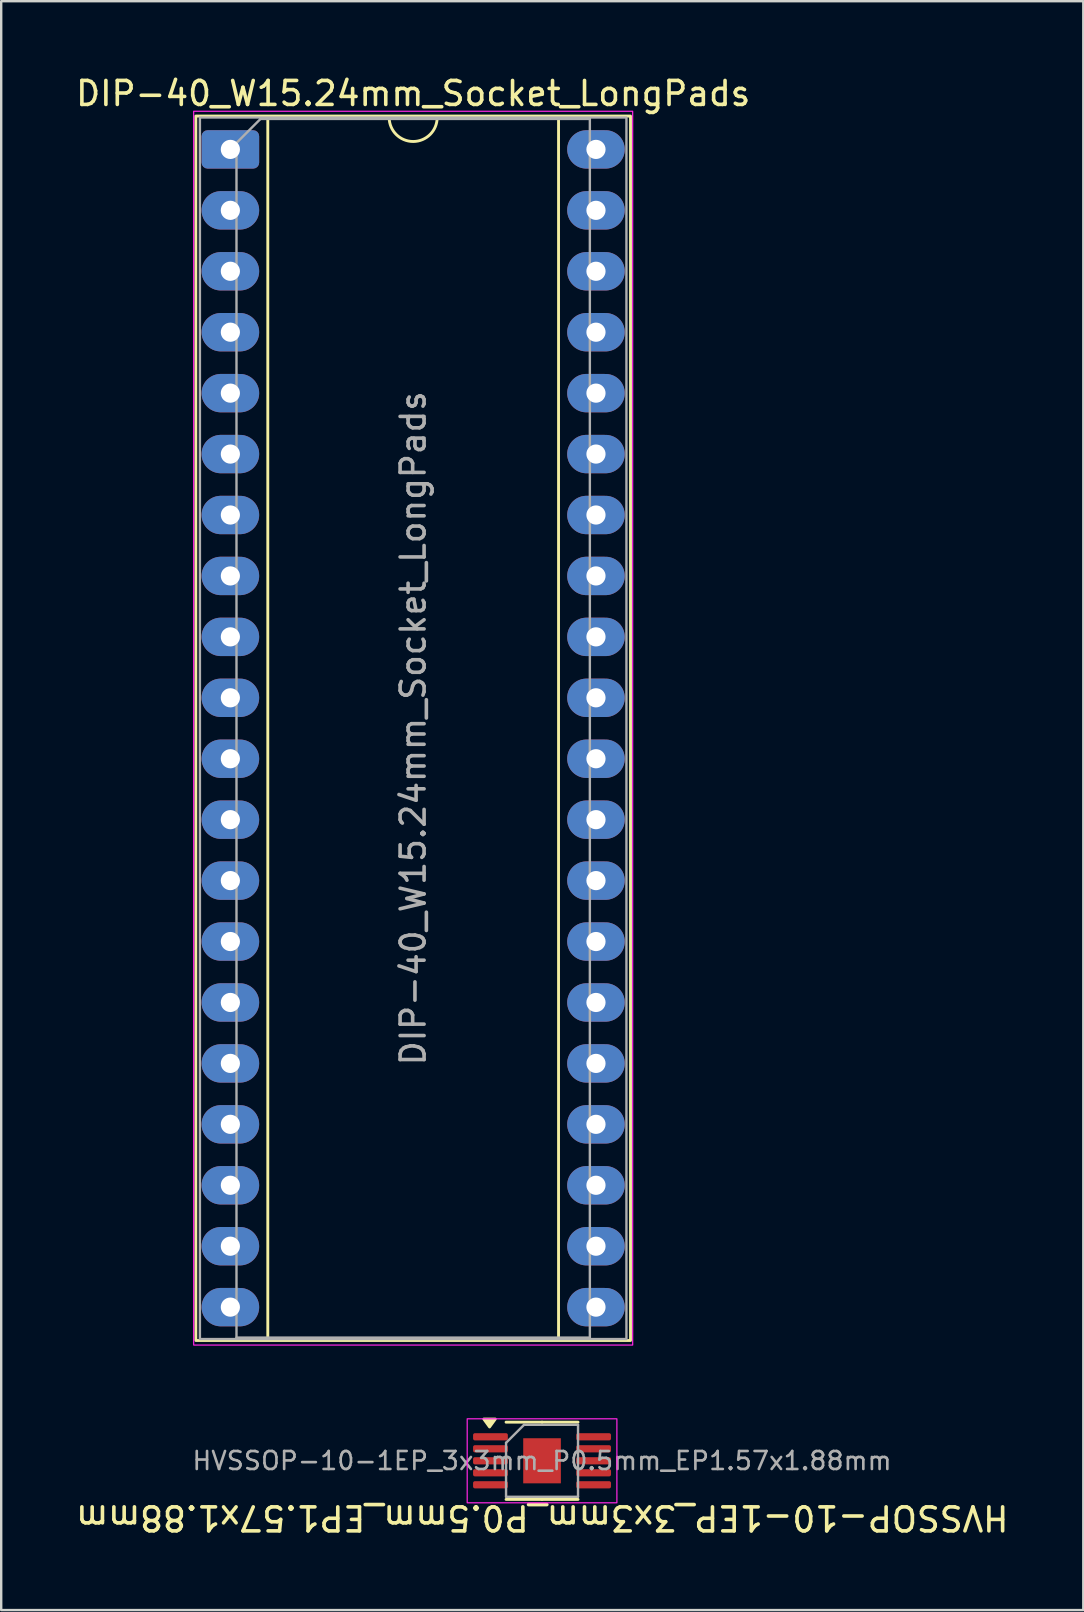
<source format=kicad_pcb>
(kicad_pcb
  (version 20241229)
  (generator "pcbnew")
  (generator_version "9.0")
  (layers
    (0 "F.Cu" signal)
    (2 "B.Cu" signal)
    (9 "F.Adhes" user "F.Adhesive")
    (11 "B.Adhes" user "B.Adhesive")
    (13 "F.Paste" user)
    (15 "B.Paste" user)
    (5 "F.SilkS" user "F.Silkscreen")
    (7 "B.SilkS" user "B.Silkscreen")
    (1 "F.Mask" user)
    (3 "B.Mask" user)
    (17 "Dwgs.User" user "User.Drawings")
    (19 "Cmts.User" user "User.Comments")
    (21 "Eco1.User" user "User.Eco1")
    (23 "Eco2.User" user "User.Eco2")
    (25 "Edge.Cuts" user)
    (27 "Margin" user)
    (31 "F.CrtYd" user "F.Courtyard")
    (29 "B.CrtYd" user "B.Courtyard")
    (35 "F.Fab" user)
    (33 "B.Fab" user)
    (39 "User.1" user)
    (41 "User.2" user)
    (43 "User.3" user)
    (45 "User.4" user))
  (footprint "HVSSOP-10-1EP_3x3mm_P0.5mm_EP1.57x1.88mm"
    (layer "F.Cu")
    (at 19.545 57.843)
    (property "Reference" "HVSSOP-10-1EP_3x3mm_P0.5mm_EP1.57x1.88mm" (at 0.009 2.375 180) (unlocked yes) (layer "F.SilkS") (effects (font (size 1 1) (thickness 0.15))))
    (attr smd)
    (fp_line (start 0 -1.61) (end -1.5 -1.61) (stroke (width 0.12) (type solid)) (layer "F.SilkS"))
    (fp_line (start 0 -1.61) (end 1.5 -1.61) (stroke (width 0.12) (type solid)) (layer "F.SilkS"))
    (fp_line (start 0 1.61) (end -1.5 1.61) (stroke (width 0.12) (type solid)) (layer "F.SilkS"))
    (fp_line (start 0 1.61) (end 1.5 1.61) (stroke (width 0.12) (type solid)) (layer "F.SilkS"))
    (fp_poly (pts (xy -2.188 -1.41) (xy -2.428 -1.74) (xy -1.948 -1.74)) (stroke (width 0.12) (type solid)) (fill yes) (layer "F.SilkS"))
    (fp_rect (start -3.12 -1.75) (end 3.12 1.75) (stroke (width 0.05) (type solid)) (fill no) (layer "F.CrtYd"))
    (fp_line (start -1.5 -0.75) (end -0.75 -1.5) (stroke (width 0.1) (type solid)) (layer "F.Fab"))
    (fp_line (start -1.5 1.5) (end -1.5 -0.75) (stroke (width 0.1) (type solid)) (layer "F.Fab"))
    (fp_line (start -0.75 -1.5) (end 1.5 -1.5) (stroke (width 0.1) (type solid)) (layer "F.Fab"))
    (fp_line (start 1.5 -1.5) (end 1.5 1.5) (stroke (width 0.1) (type solid)) (layer "F.Fab"))
    (fp_line (start 1.5 1.5) (end -1.5 1.5) (stroke (width 0.1) (type solid)) (layer "F.Fab"))
    (fp_text user "${REFERENCE}" (at 0 0 0) (layer "F.Fab") (effects (font (size 0.75 0.75) (thickness 0.11))))
    (pad "" smd roundrect (at -0.39 -0.47) (size 0.63 0.76) (layers "F.Paste") (roundrect_rratio 0.25))
    (pad "" smd roundrect (at -0.39 0.47) (size 0.63 0.76) (layers "F.Paste") (roundrect_rratio 0.25))
    (pad "" smd roundrect (at 0.39 -0.47) (size 0.63 0.76) (layers "F.Paste") (roundrect_rratio 0.25))
    (pad "" smd roundrect (at 0.39 0.47) (size 0.63 0.76) (layers "F.Paste") (roundrect_rratio 0.25))
    (pad "1" smd roundrect (at -2.15 -1) (size 1.45 0.3) (layers "F.Cu" "F.Mask" "F.Paste") (roundrect_rratio 0.25))
    (pad "2" smd roundrect (at -2.15 -0.5) (size 1.45 0.3) (layers "F.Cu" "F.Mask" "F.Paste") (roundrect_rratio 0.25))
    (pad "3" smd roundrect (at -2.15 0) (size 1.45 0.3) (layers "F.Cu" "F.Mask" "F.Paste") (roundrect_rratio 0.25))
    (pad "4" smd roundrect (at -2.15 0.5) (size 1.45 0.3) (layers "F.Cu" "F.Mask" "F.Paste") (roundrect_rratio 0.25))
    (pad "5" smd roundrect (at -2.15 1) (size 1.45 0.3) (layers "F.Cu" "F.Mask" "F.Paste") (roundrect_rratio 0.25))
    (pad "6" smd roundrect (at 2.15 1) (size 1.45 0.3) (layers "F.Cu" "F.Mask" "F.Paste") (roundrect_rratio 0.25))
    (pad "7" smd roundrect (at 2.15 0.5) (size 1.45 0.3) (layers "F.Cu" "F.Mask" "F.Paste") (roundrect_rratio 0.25))
    (pad "8" smd roundrect (at 2.15 0) (size 1.45 0.3) (layers "F.Cu" "F.Mask" "F.Paste") (roundrect_rratio 0.25))
    (pad "9" smd roundrect (at 2.15 -0.5) (size 1.45 0.3) (layers "F.Cu" "F.Mask" "F.Paste") (roundrect_rratio 0.25))
    (pad "10" smd roundrect (at 2.15 -1) (size 1.45 0.3) (layers "F.Cu" "F.Mask" "F.Paste") (roundrect_rratio 0.25))
    (pad "11" smd rect (at 0 0) (size 1.57 1.88) (property pad_prop_heatsink) (layers "F.Cu" "F.Mask")))
  (footprint "DIP-40_W15.24mm_Socket_LongPads"
    (layer "F.Cu")
    (at 6.553 3.178)
    (property "Reference" "DIP-40_W15.24mm_Socket_LongPads" (at 7.62 -2.33 0) (layer "F.SilkS") (effects (font (size 1 1) (thickness 0.15))))
    (attr through_hole)
    (fp_line (start 1.56 -1.33) (end 1.56 49.59) (stroke (width 0.12) (type solid)) (layer "F.SilkS"))
    (fp_line (start 1.56 49.59) (end 13.68 49.59) (stroke (width 0.12) (type solid)) (layer "F.SilkS"))
    (fp_line (start 6.62 -1.33) (end 1.56 -1.33) (stroke (width 0.12) (type solid)) (layer "F.SilkS"))
    (fp_line (start 13.68 -1.33) (end 8.62 -1.33) (stroke (width 0.12) (type solid)) (layer "F.SilkS"))
    (fp_line (start 13.68 49.59) (end 13.68 -1.33) (stroke (width 0.12) (type solid)) (layer "F.SilkS"))
    (fp_rect (start -1.44 -1.39) (end 16.68 49.65) (stroke (width 0.12) (type solid)) (fill no) (layer "F.SilkS"))
    (fp_arc (start 8.62 -1.33) (mid 7.62 -0.33) (end 6.62 -1.33) (stroke (width 0.12) (type solid)) (layer "F.SilkS"))
    (fp_rect (start -1.53 -1.59) (end 16.77 49.84) (stroke (width 0.05) (type solid)) (fill no) (layer "F.CrtYd"))
    (fp_line (start 0.255 -0.27) (end 1.255 -1.27) (stroke (width 0.1) (type solid)) (layer "F.Fab"))
    (fp_line (start 0.255 49.53) (end 0.255 -0.27) (stroke (width 0.1) (type solid)) (layer "F.Fab"))
    (fp_line (start 1.255 -1.27) (end 14.985 -1.27) (stroke (width 0.1) (type solid)) (layer "F.Fab"))
    (fp_line (start 14.985 -1.27) (end 14.985 49.53) (stroke (width 0.1) (type solid)) (layer "F.Fab"))
    (fp_line (start 14.985 49.53) (end 0.255 49.53) (stroke (width 0.1) (type solid)) (layer "F.Fab"))
    (fp_rect (start -1.27 -1.33) (end 16.51 49.59) (stroke (width 0.1) (type solid)) (fill no) (layer "F.Fab"))
    (fp_text user "${REFERENCE}" (at 7.62 24.13 90) (layer "F.Fab") (effects (font (size 1 1) (thickness 0.15))))
    (pad "1" thru_hole roundrect (at 0 0) (size 2.4 1.6) (drill 0.8) (layers "*.Cu" "*.Mask") (roundrect_rratio 0.156))
    (pad "2" thru_hole oval (at 0 2.54) (size 2.4 1.6) (drill 0.8) (layers "*.Cu" "*.Mask"))
    (pad "3" thru_hole oval (at 0 5.08) (size 2.4 1.6) (drill 0.8) (layers "*.Cu" "*.Mask"))
    (pad "4" thru_hole oval (at 0 7.62) (size 2.4 1.6) (drill 0.8) (layers "*.Cu" "*.Mask"))
    (pad "5" thru_hole oval (at 0 10.16) (size 2.4 1.6) (drill 0.8) (layers "*.Cu" "*.Mask"))
    (pad "6" thru_hole oval (at 0 12.7) (size 2.4 1.6) (drill 0.8) (layers "*.Cu" "*.Mask"))
    (pad "7" thru_hole oval (at 0 15.24) (size 2.4 1.6) (drill 0.8) (layers "*.Cu" "*.Mask"))
    (pad "8" thru_hole oval (at 0 17.78) (size 2.4 1.6) (drill 0.8) (layers "*.Cu" "*.Mask"))
    (pad "9" thru_hole oval (at 0 20.32) (size 2.4 1.6) (drill 0.8) (layers "*.Cu" "*.Mask"))
    (pad "10" thru_hole oval (at 0 22.86) (size 2.4 1.6) (drill 0.8) (layers "*.Cu" "*.Mask"))
    (pad "11" thru_hole oval (at 0 25.4) (size 2.4 1.6) (drill 0.8) (layers "*.Cu" "*.Mask"))
    (pad "12" thru_hole oval (at 0 27.94) (size 2.4 1.6) (drill 0.8) (layers "*.Cu" "*.Mask"))
    (pad "13" thru_hole oval (at 0 30.48) (size 2.4 1.6) (drill 0.8) (layers "*.Cu" "*.Mask"))
    (pad "14" thru_hole oval (at 0 33.02) (size 2.4 1.6) (drill 0.8) (layers "*.Cu" "*.Mask"))
    (pad "15" thru_hole oval (at 0 35.56) (size 2.4 1.6) (drill 0.8) (layers "*.Cu" "*.Mask"))
    (pad "16" thru_hole oval (at 0 38.1) (size 2.4 1.6) (drill 0.8) (layers "*.Cu" "*.Mask"))
    (pad "17" thru_hole oval (at 0 40.64) (size 2.4 1.6) (drill 0.8) (layers "*.Cu" "*.Mask"))
    (pad "18" thru_hole oval (at 0 43.18) (size 2.4 1.6) (drill 0.8) (layers "*.Cu" "*.Mask"))
    (pad "19" thru_hole oval (at 0 45.72) (size 2.4 1.6) (drill 0.8) (layers "*.Cu" "*.Mask"))
    (pad "20" thru_hole oval (at 0 48.26) (size 2.4 1.6) (drill 0.8) (layers "*.Cu" "*.Mask"))
    (pad "21" thru_hole oval (at 15.24 48.26) (size 2.4 1.6) (drill 0.8) (layers "*.Cu" "*.Mask"))
    (pad "22" thru_hole oval (at 15.24 45.72) (size 2.4 1.6) (drill 0.8) (layers "*.Cu" "*.Mask"))
    (pad "23" thru_hole oval (at 15.24 43.18) (size 2.4 1.6) (drill 0.8) (layers "*.Cu" "*.Mask"))
    (pad "24" thru_hole oval (at 15.24 40.64) (size 2.4 1.6) (drill 0.8) (layers "*.Cu" "*.Mask"))
    (pad "25" thru_hole oval (at 15.24 38.1) (size 2.4 1.6) (drill 0.8) (layers "*.Cu" "*.Mask"))
    (pad "26" thru_hole oval (at 15.24 35.56) (size 2.4 1.6) (drill 0.8) (layers "*.Cu" "*.Mask"))
    (pad "27" thru_hole oval (at 15.24 33.02) (size 2.4 1.6) (drill 0.8) (layers "*.Cu" "*.Mask"))
    (pad "28" thru_hole oval (at 15.24 30.48) (size 2.4 1.6) (drill 0.8) (layers "*.Cu" "*.Mask"))
    (pad "29" thru_hole oval (at 15.24 27.94) (size 2.4 1.6) (drill 0.8) (layers "*.Cu" "*.Mask"))
    (pad "30" thru_hole oval (at 15.24 25.4) (size 2.4 1.6) (drill 0.8) (layers "*.Cu" "*.Mask"))
    (pad "31" thru_hole oval (at 15.24 22.86) (size 2.4 1.6) (drill 0.8) (layers "*.Cu" "*.Mask"))
    (pad "32" thru_hole oval (at 15.24 20.32) (size 2.4 1.6) (drill 0.8) (layers "*.Cu" "*.Mask"))
    (pad "33" thru_hole oval (at 15.24 17.78) (size 2.4 1.6) (drill 0.8) (layers "*.Cu" "*.Mask"))
    (pad "34" thru_hole oval (at 15.24 15.24) (size 2.4 1.6) (drill 0.8) (layers "*.Cu" "*.Mask"))
    (pad "35" thru_hole oval (at 15.24 12.7) (size 2.4 1.6) (drill 0.8) (layers "*.Cu" "*.Mask"))
    (pad "36" thru_hole oval (at 15.24 10.16) (size 2.4 1.6) (drill 0.8) (layers "*.Cu" "*.Mask"))
    (pad "37" thru_hole oval (at 15.24 7.62) (size 2.4 1.6) (drill 0.8) (layers "*.Cu" "*.Mask"))
    (pad "38" thru_hole oval (at 15.24 5.08) (size 2.4 1.6) (drill 0.8) (layers "*.Cu" "*.Mask"))
    (pad "39" thru_hole oval (at 15.24 2.54) (size 2.4 1.6) (drill 0.8) (layers "*.Cu" "*.Mask"))
    (pad "40" thru_hole oval (at 15.24 0) (size 2.4 1.6) (drill 0.8) (layers "*.Cu" "*.Mask")))
  (gr_rect
    (start -3 -3)
    (end 42.107 64.066)
    (stroke (width 0.1) (type default))
    (fill no)
    (layer "Edge.Cuts")))
</source>
